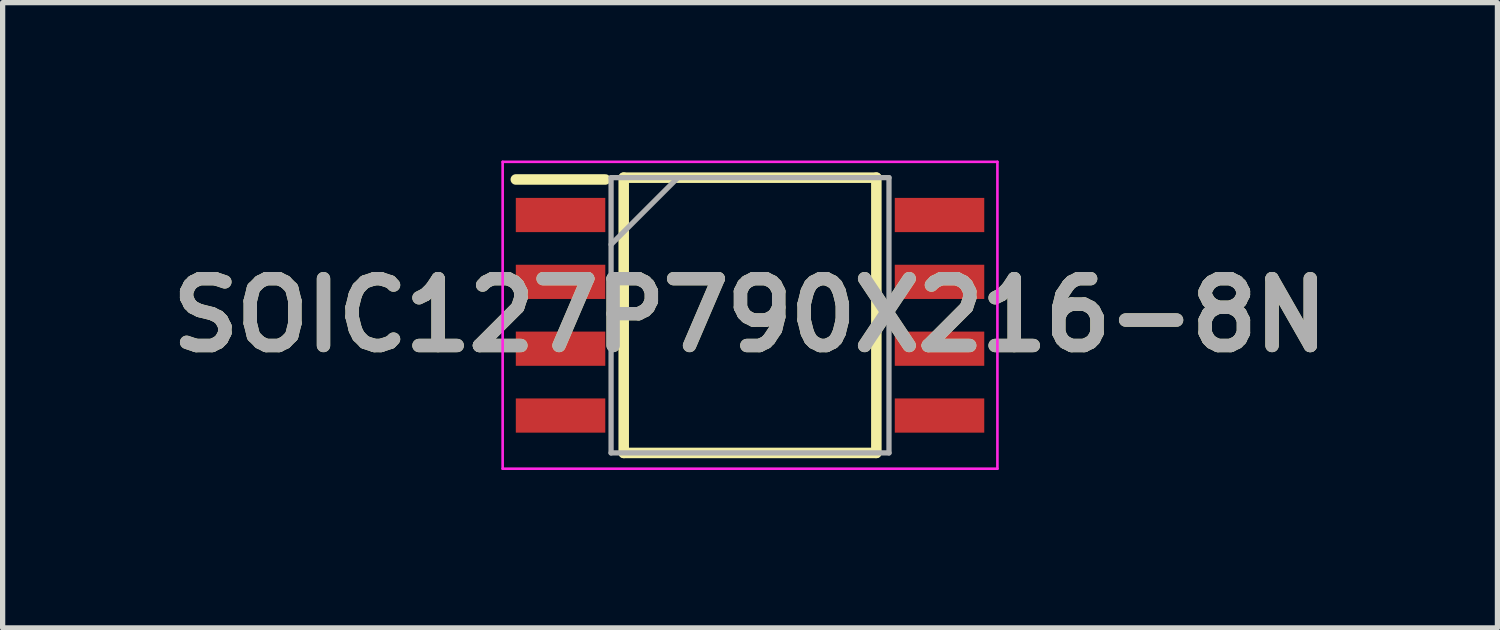
<source format=kicad_pcb>
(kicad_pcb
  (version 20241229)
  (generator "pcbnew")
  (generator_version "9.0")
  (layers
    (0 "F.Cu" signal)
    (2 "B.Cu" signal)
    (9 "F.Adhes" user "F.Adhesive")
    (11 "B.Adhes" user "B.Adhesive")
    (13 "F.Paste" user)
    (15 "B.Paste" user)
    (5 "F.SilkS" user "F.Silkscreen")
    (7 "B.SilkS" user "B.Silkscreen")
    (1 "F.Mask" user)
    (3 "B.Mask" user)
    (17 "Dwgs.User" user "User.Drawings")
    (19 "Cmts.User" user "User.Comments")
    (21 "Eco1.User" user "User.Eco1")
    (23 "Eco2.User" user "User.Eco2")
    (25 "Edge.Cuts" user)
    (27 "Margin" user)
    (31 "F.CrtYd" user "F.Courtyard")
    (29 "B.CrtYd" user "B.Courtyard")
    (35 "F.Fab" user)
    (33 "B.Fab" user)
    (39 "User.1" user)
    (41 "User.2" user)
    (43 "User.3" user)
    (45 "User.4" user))
  (footprint "SOIC127P790X216-8N"
    (layer "F.Cu")
    (at 11.2 2.94)
    (property "Reference" "SOIC127P790X216-8N" (at 0 0 0) (layer "F.SilkS") (effects (font (size 1.27 1.27) (thickness 0.254))))
    (attr smd)
    (fp_line (start -4.45 -2.58) (end -2.75 -2.58) (stroke (width 0.2) (type solid)) (layer "F.SilkS"))
    (fp_line (start -2.4 -2.615) (end 2.4 -2.615) (stroke (width 0.2) (type solid)) (layer "F.SilkS"))
    (fp_line (start -2.4 2.615) (end -2.4 -2.615) (stroke (width 0.2) (type solid)) (layer "F.SilkS"))
    (fp_line (start 2.4 -2.615) (end 2.4 2.615) (stroke (width 0.2) (type solid)) (layer "F.SilkS"))
    (fp_line (start 2.4 2.615) (end -2.4 2.615) (stroke (width 0.2) (type solid)) (layer "F.SilkS"))
    (fp_line (start -4.7 -2.915) (end 4.7 -2.915) (stroke (width 0.05) (type solid)) (layer "F.CrtYd"))
    (fp_line (start -4.7 2.915) (end -4.7 -2.915) (stroke (width 0.05) (type solid)) (layer "F.CrtYd"))
    (fp_line (start 4.7 -2.915) (end 4.7 2.915) (stroke (width 0.05) (type solid)) (layer "F.CrtYd"))
    (fp_line (start 4.7 2.915) (end -4.7 2.915) (stroke (width 0.05) (type solid)) (layer "F.CrtYd"))
    (fp_line (start -2.64 -2.615) (end 2.64 -2.615) (stroke (width 0.1) (type solid)) (layer "F.Fab"))
    (fp_line (start -2.64 -1.345) (end -1.37 -2.615) (stroke (width 0.1) (type solid)) (layer "F.Fab"))
    (fp_line (start -2.64 2.615) (end -2.64 -2.615) (stroke (width 0.1) (type solid)) (layer "F.Fab"))
    (fp_line (start 2.64 -2.615) (end 2.64 2.615) (stroke (width 0.1) (type solid)) (layer "F.Fab"))
    (fp_line (start 2.64 2.615) (end -2.64 2.615) (stroke (width 0.1) (type solid)) (layer "F.Fab"))
    (fp_text user "${REFERENCE}" (at 0 0 0) (layer "F.Fab") (effects (font (size 1.27 1.27) (thickness 0.254))))
    (pad "1" smd rect (at -3.6 -1.905 90) (size 0.65 1.7) (layers "F.Cu" "F.Mask" "F.Paste"))
    (pad "2" smd rect (at -3.6 -0.635 90) (size 0.65 1.7) (layers "F.Cu" "F.Mask" "F.Paste"))
    (pad "3" smd rect (at -3.6 0.635 90) (size 0.65 1.7) (layers "F.Cu" "F.Mask" "F.Paste"))
    (pad "4" smd rect (at -3.6 1.905 90) (size 0.65 1.7) (layers "F.Cu" "F.Mask" "F.Paste"))
    (pad "5" smd rect (at 3.6 1.905 90) (size 0.65 1.7) (layers "F.Cu" "F.Mask" "F.Paste"))
    (pad "6" smd rect (at 3.6 0.635 90) (size 0.65 1.7) (layers "F.Cu" "F.Mask" "F.Paste"))
    (pad "7" smd rect (at 3.6 -0.635 90) (size 0.65 1.7) (layers "F.Cu" "F.Mask" "F.Paste"))
    (pad "8" smd rect (at 3.6 -1.905 90) (size 0.65 1.7) (layers "F.Cu" "F.Mask" "F.Paste")))
  (gr_rect
    (start -3 -3)
    (end 25.4 8.88)
    (stroke (width 0.1) (type default))
    (fill no)
    (layer "Edge.Cuts")))
</source>
